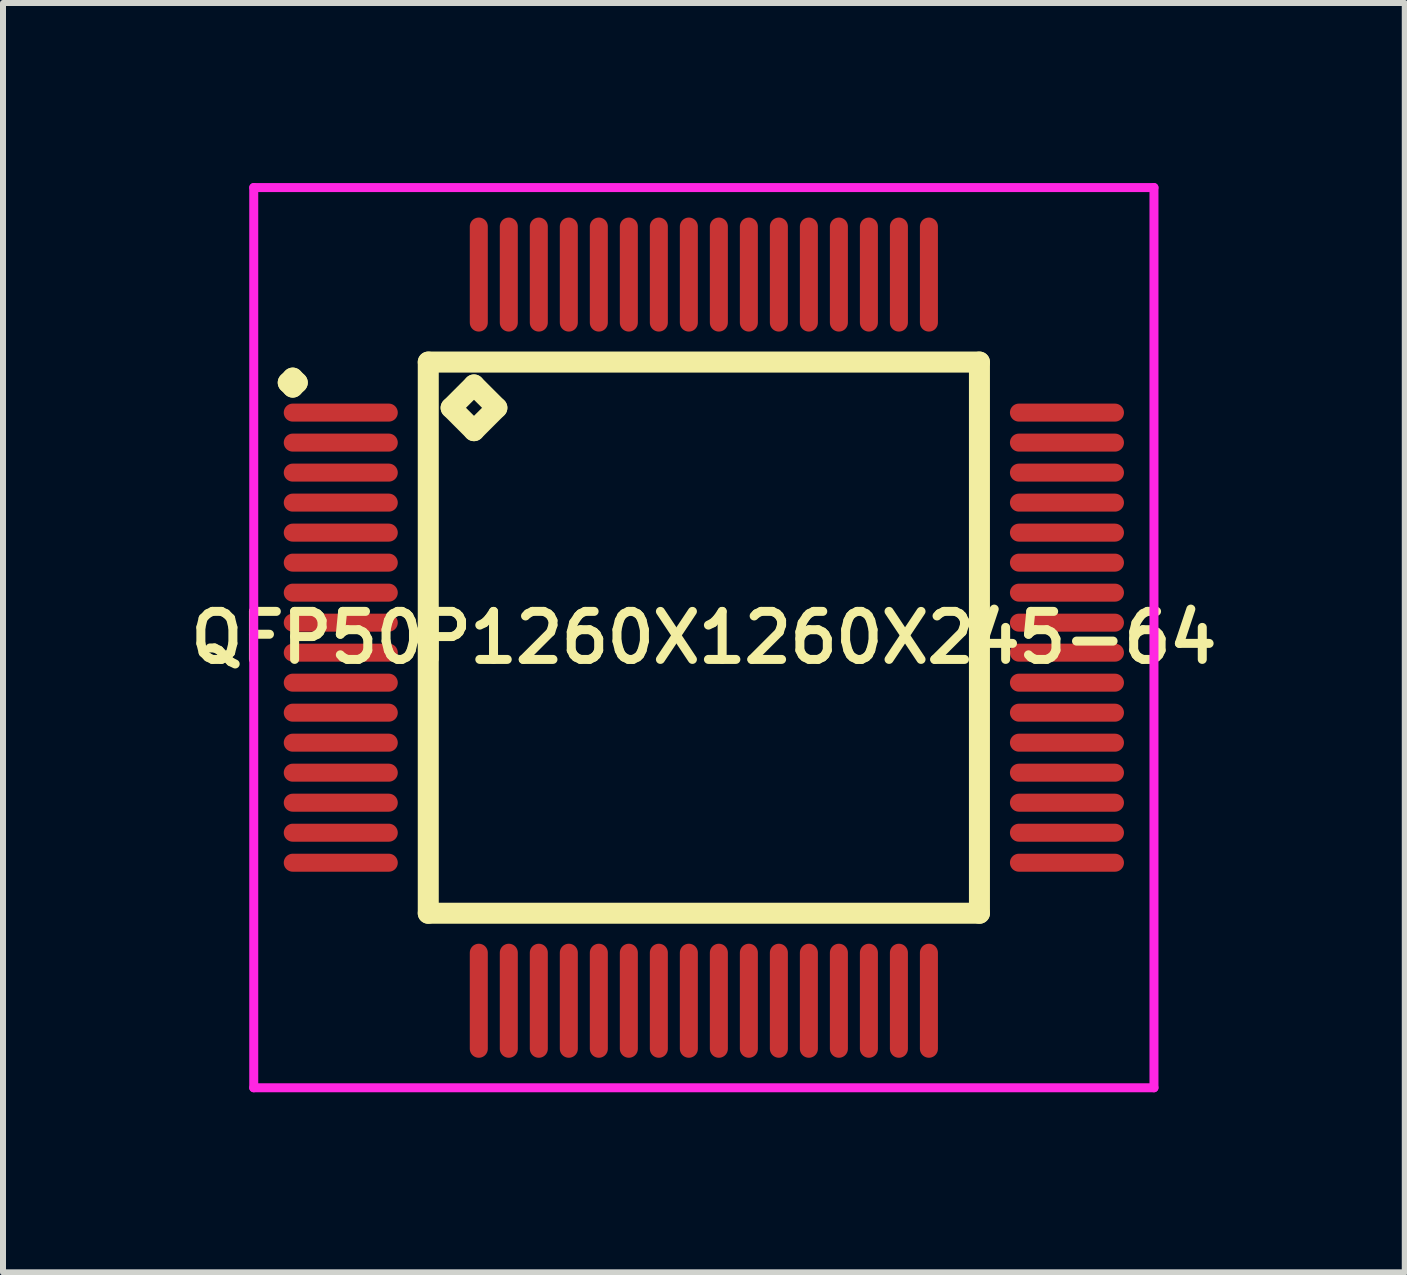
<source format=kicad_pcb>
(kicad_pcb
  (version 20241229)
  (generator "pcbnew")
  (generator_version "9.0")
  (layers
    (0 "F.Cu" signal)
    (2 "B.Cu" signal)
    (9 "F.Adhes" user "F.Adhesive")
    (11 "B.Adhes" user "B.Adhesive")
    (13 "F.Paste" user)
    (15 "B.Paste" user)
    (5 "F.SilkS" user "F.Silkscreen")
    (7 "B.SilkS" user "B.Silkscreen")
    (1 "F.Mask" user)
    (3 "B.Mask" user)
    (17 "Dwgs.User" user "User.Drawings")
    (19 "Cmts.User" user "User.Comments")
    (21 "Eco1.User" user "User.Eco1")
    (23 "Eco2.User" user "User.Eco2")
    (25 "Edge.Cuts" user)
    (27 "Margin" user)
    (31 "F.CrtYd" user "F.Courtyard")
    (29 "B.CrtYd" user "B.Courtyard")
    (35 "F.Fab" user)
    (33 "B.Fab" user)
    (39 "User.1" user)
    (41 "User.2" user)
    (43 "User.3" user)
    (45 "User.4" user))
  (footprint "QFP50P1260X1260X245-64"
    (layer "F.Cu")
    (at 8.678 7.575)
    (property "Reference" "QFP50P1260X1260X245-64" (at 0 0 0) (layer "F.SilkS") (effects (font (size 0.8 0.8) (thickness 0.15))))
    (attr smd)
    (fp_line (start -6.925 -4.25) (end -6.85 -4.325) (stroke (width 0.35) (type solid)) (layer "F.SilkS"))
    (fp_line (start -6.85 -4.325) (end -6.775 -4.25) (stroke (width 0.35) (type solid)) (layer "F.SilkS"))
    (fp_line (start -6.85 -4.175) (end -6.925 -4.25) (stroke (width 0.35) (type solid)) (layer "F.SilkS"))
    (fp_line (start -6.775 -4.25) (end -6.85 -4.175) (stroke (width 0.35) (type solid)) (layer "F.SilkS"))
    (fp_line (start -4.592 -4.592) (end -4.592 4.592) (stroke (width 0.35) (type solid)) (layer "F.SilkS"))
    (fp_line (start -4.592 4.592) (end 4.592 4.592) (stroke (width 0.35) (type solid)) (layer "F.SilkS"))
    (fp_line (start -4.211 -3.83) (end -3.83 -4.211) (stroke (width 0.35) (type solid)) (layer "F.SilkS"))
    (fp_line (start -3.83 -4.211) (end -3.449 -3.83) (stroke (width 0.35) (type solid)) (layer "F.SilkS"))
    (fp_line (start -3.83 -3.449) (end -4.211 -3.83) (stroke (width 0.35) (type solid)) (layer "F.SilkS"))
    (fp_line (start -3.449 -3.83) (end -3.83 -3.449) (stroke (width 0.35) (type solid)) (layer "F.SilkS"))
    (fp_line (start 4.592 -4.592) (end -4.592 -4.592) (stroke (width 0.35) (type solid)) (layer "F.SilkS"))
    (fp_line (start 4.592 4.592) (end 4.592 -4.592) (stroke (width 0.35) (type solid)) (layer "F.SilkS"))
    (fp_line (start -7.5 -7.5) (end 7.5 -7.5) (stroke (width 0.15) (type solid)) (layer "F.CrtYd"))
    (fp_line (start -7.5 7.5) (end -7.5 -7.5) (stroke (width 0.15) (type solid)) (layer "F.CrtYd"))
    (fp_line (start 7.5 -7.5) (end 7.5 7.5) (stroke (width 0.15) (type solid)) (layer "F.CrtYd"))
    (fp_line (start 7.5 7.5) (end -7.5 7.5) (stroke (width 0.15) (type solid)) (layer "F.CrtYd"))
    (pad "1" smd oval (at -6.05 -3.75) (size 1.9 0.3) (layers "F.Cu" "F.Mask" "F.Paste"))
    (pad "2" smd oval (at -6.05 -3.25) (size 1.9 0.3) (layers "F.Cu" "F.Mask" "F.Paste"))
    (pad "3" smd oval (at -6.05 -2.75) (size 1.9 0.3) (layers "F.Cu" "F.Mask" "F.Paste"))
    (pad "4" smd oval (at -6.05 -2.25) (size 1.9 0.3) (layers "F.Cu" "F.Mask" "F.Paste"))
    (pad "5" smd oval (at -6.05 -1.75) (size 1.9 0.3) (layers "F.Cu" "F.Mask" "F.Paste"))
    (pad "6" smd oval (at -6.05 -1.25) (size 1.9 0.3) (layers "F.Cu" "F.Mask" "F.Paste"))
    (pad "7" smd oval (at -6.05 -0.75) (size 1.9 0.3) (layers "F.Cu" "F.Mask" "F.Paste"))
    (pad "8" smd oval (at -6.05 -0.25) (size 1.9 0.3) (layers "F.Cu" "F.Mask" "F.Paste"))
    (pad "9" smd oval (at -6.05 0.25) (size 1.9 0.3) (layers "F.Cu" "F.Mask" "F.Paste"))
    (pad "10" smd oval (at -6.05 0.75) (size 1.9 0.3) (layers "F.Cu" "F.Mask" "F.Paste"))
    (pad "11" smd oval (at -6.05 1.25) (size 1.9 0.3) (layers "F.Cu" "F.Mask" "F.Paste"))
    (pad "12" smd oval (at -6.05 1.75) (size 1.9 0.3) (layers "F.Cu" "F.Mask" "F.Paste"))
    (pad "13" smd oval (at -6.05 2.25) (size 1.9 0.3) (layers "F.Cu" "F.Mask" "F.Paste"))
    (pad "14" smd oval (at -6.05 2.75) (size 1.9 0.3) (layers "F.Cu" "F.Mask" "F.Paste"))
    (pad "15" smd oval (at -6.05 3.25) (size 1.9 0.3) (layers "F.Cu" "F.Mask" "F.Paste"))
    (pad "16" smd oval (at -6.05 3.75) (size 1.9 0.3) (layers "F.Cu" "F.Mask" "F.Paste"))
    (pad "17" smd oval (at -3.75 6.05) (size 0.3 1.9) (layers "F.Cu" "F.Mask" "F.Paste"))
    (pad "18" smd oval (at -3.25 6.05) (size 0.3 1.9) (layers "F.Cu" "F.Mask" "F.Paste"))
    (pad "19" smd oval (at -2.75 6.05) (size 0.3 1.9) (layers "F.Cu" "F.Mask" "F.Paste"))
    (pad "20" smd oval (at -2.25 6.05) (size 0.3 1.9) (layers "F.Cu" "F.Mask" "F.Paste"))
    (pad "21" smd oval (at -1.75 6.05) (size 0.3 1.9) (layers "F.Cu" "F.Mask" "F.Paste"))
    (pad "22" smd oval (at -1.25 6.05) (size 0.3 1.9) (layers "F.Cu" "F.Mask" "F.Paste"))
    (pad "23" smd oval (at -0.75 6.05) (size 0.3 1.9) (layers "F.Cu" "F.Mask" "F.Paste"))
    (pad "24" smd oval (at -0.25 6.05) (size 0.3 1.9) (layers "F.Cu" "F.Mask" "F.Paste"))
    (pad "25" smd oval (at 0.25 6.05) (size 0.3 1.9) (layers "F.Cu" "F.Mask" "F.Paste"))
    (pad "26" smd oval (at 0.75 6.05) (size 0.3 1.9) (layers "F.Cu" "F.Mask" "F.Paste"))
    (pad "27" smd oval (at 1.25 6.05) (size 0.3 1.9) (layers "F.Cu" "F.Mask" "F.Paste"))
    (pad "28" smd oval (at 1.75 6.05) (size 0.3 1.9) (layers "F.Cu" "F.Mask" "F.Paste"))
    (pad "29" smd oval (at 2.25 6.05) (size 0.3 1.9) (layers "F.Cu" "F.Mask" "F.Paste"))
    (pad "30" smd oval (at 2.75 6.05) (size 0.3 1.9) (layers "F.Cu" "F.Mask" "F.Paste"))
    (pad "31" smd oval (at 3.25 6.05) (size 0.3 1.9) (layers "F.Cu" "F.Mask" "F.Paste"))
    (pad "32" smd oval (at 3.75 6.05) (size 0.3 1.9) (layers "F.Cu" "F.Mask" "F.Paste"))
    (pad "33" smd oval (at 6.05 3.75) (size 1.9 0.3) (layers "F.Cu" "F.Mask" "F.Paste"))
    (pad "34" smd oval (at 6.05 3.25) (size 1.9 0.3) (layers "F.Cu" "F.Mask" "F.Paste"))
    (pad "35" smd oval (at 6.05 2.75) (size 1.9 0.3) (layers "F.Cu" "F.Mask" "F.Paste"))
    (pad "36" smd oval (at 6.05 2.25) (size 1.9 0.3) (layers "F.Cu" "F.Mask" "F.Paste"))
    (pad "37" smd oval (at 6.05 1.75) (size 1.9 0.3) (layers "F.Cu" "F.Mask" "F.Paste"))
    (pad "38" smd oval (at 6.05 1.25) (size 1.9 0.3) (layers "F.Cu" "F.Mask" "F.Paste"))
    (pad "39" smd oval (at 6.05 0.75) (size 1.9 0.3) (layers "F.Cu" "F.Mask" "F.Paste"))
    (pad "40" smd oval (at 6.05 0.25) (size 1.9 0.3) (layers "F.Cu" "F.Mask" "F.Paste"))
    (pad "41" smd oval (at 6.05 -0.25) (size 1.9 0.3) (layers "F.Cu" "F.Mask" "F.Paste"))
    (pad "42" smd oval (at 6.05 -0.75) (size 1.9 0.3) (layers "F.Cu" "F.Mask" "F.Paste"))
    (pad "43" smd oval (at 6.05 -1.25) (size 1.9 0.3) (layers "F.Cu" "F.Mask" "F.Paste"))
    (pad "44" smd oval (at 6.05 -1.75) (size 1.9 0.3) (layers "F.Cu" "F.Mask" "F.Paste"))
    (pad "45" smd oval (at 6.05 -2.25) (size 1.9 0.3) (layers "F.Cu" "F.Mask" "F.Paste"))
    (pad "46" smd oval (at 6.05 -2.75) (size 1.9 0.3) (layers "F.Cu" "F.Mask" "F.Paste"))
    (pad "47" smd oval (at 6.05 -3.25) (size 1.9 0.3) (layers "F.Cu" "F.Mask" "F.Paste"))
    (pad "48" smd oval (at 6.05 -3.75) (size 1.9 0.3) (layers "F.Cu" "F.Mask" "F.Paste"))
    (pad "49" smd oval (at 3.75 -6.05) (size 0.3 1.9) (layers "F.Cu" "F.Mask" "F.Paste"))
    (pad "50" smd oval (at 3.25 -6.05) (size 0.3 1.9) (layers "F.Cu" "F.Mask" "F.Paste"))
    (pad "51" smd oval (at 2.75 -6.05) (size 0.3 1.9) (layers "F.Cu" "F.Mask" "F.Paste"))
    (pad "52" smd oval (at 2.25 -6.05) (size 0.3 1.9) (layers "F.Cu" "F.Mask" "F.Paste"))
    (pad "53" smd oval (at 1.75 -6.05) (size 0.3 1.9) (layers "F.Cu" "F.Mask" "F.Paste"))
    (pad "54" smd oval (at 1.25 -6.05) (size 0.3 1.9) (layers "F.Cu" "F.Mask" "F.Paste"))
    (pad "55" smd oval (at 0.75 -6.05) (size 0.3 1.9) (layers "F.Cu" "F.Mask" "F.Paste"))
    (pad "56" smd oval (at 0.25 -6.05) (size 0.3 1.9) (layers "F.Cu" "F.Mask" "F.Paste"))
    (pad "57" smd oval (at -0.25 -6.05) (size 0.3 1.9) (layers "F.Cu" "F.Mask" "F.Paste"))
    (pad "58" smd oval (at -0.75 -6.05) (size 0.3 1.9) (layers "F.Cu" "F.Mask" "F.Paste"))
    (pad "59" smd oval (at -1.25 -6.05) (size 0.3 1.9) (layers "F.Cu" "F.Mask" "F.Paste"))
    (pad "60" smd oval (at -1.75 -6.05) (size 0.3 1.9) (layers "F.Cu" "F.Mask" "F.Paste"))
    (pad "61" smd oval (at -2.25 -6.05) (size 0.3 1.9) (layers "F.Cu" "F.Mask" "F.Paste"))
    (pad "62" smd oval (at -2.75 -6.05) (size 0.3 1.9) (layers "F.Cu" "F.Mask" "F.Paste"))
    (pad "63" smd oval (at -3.25 -6.05) (size 0.3 1.9) (layers "F.Cu" "F.Mask" "F.Paste"))
    (pad "64" smd oval (at -3.75 -6.05) (size 0.3 1.9) (layers "F.Cu" "F.Mask" "F.Paste")))
  (gr_rect
    (start -3 -3)
    (end 20.357 18.15)
    (stroke (width 0.1) (type default))
    (fill no)
    (layer "Edge.Cuts")))
</source>
